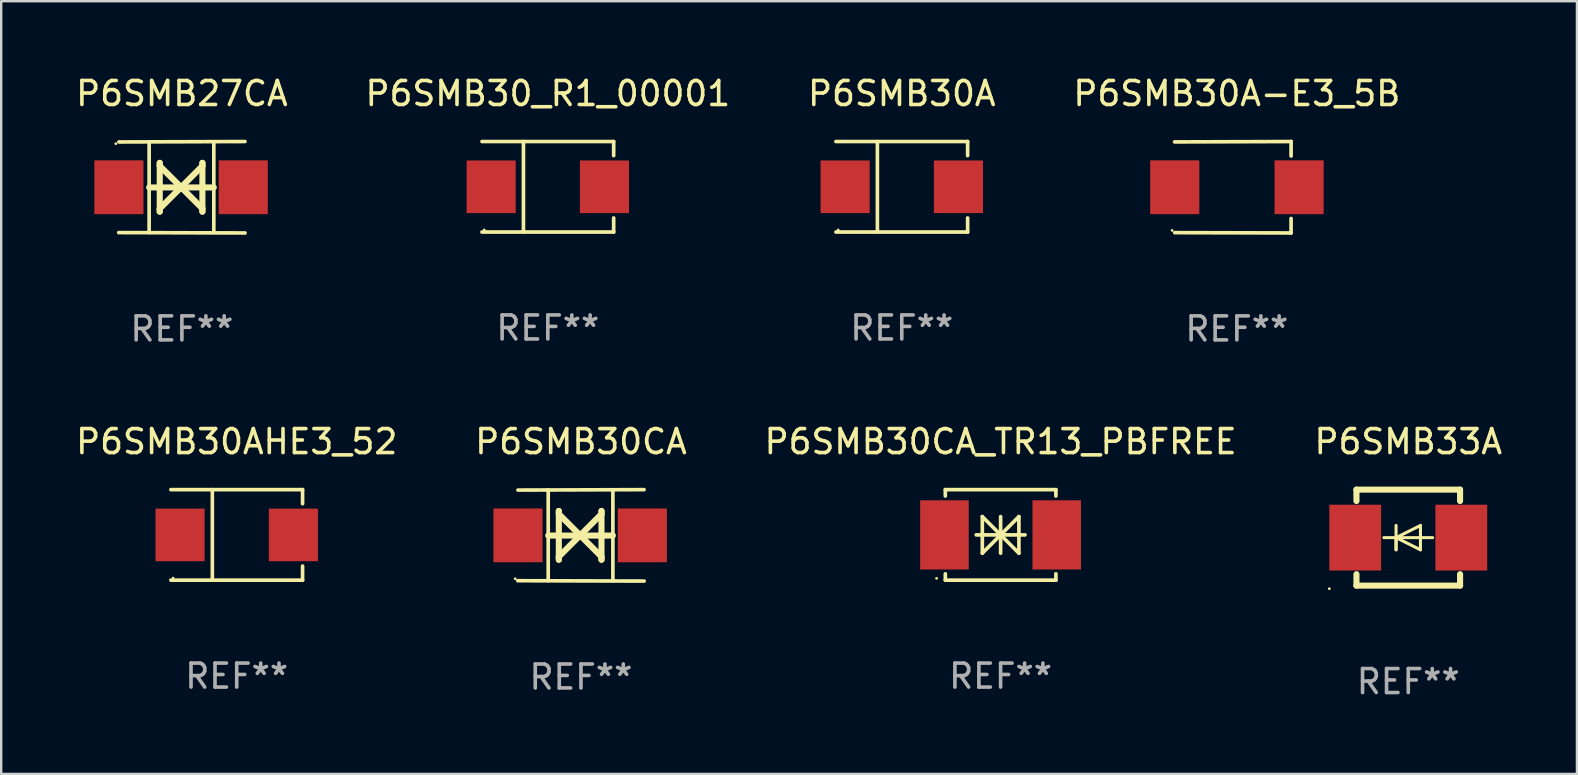
<source format=kicad_pcb>
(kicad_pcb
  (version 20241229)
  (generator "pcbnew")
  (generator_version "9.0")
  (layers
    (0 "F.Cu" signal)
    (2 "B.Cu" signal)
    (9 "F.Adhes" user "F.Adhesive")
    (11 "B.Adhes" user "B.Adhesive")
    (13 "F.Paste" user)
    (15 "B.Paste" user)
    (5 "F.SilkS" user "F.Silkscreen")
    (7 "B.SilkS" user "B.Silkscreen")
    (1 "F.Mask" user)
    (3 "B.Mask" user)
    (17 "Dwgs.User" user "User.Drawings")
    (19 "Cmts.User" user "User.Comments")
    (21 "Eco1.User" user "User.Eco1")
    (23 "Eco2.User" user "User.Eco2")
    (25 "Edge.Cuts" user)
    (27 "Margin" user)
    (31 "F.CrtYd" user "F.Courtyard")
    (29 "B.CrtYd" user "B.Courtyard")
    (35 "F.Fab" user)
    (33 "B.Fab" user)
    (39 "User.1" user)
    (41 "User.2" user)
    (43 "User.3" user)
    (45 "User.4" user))
  (footprint "P6SMB30CA_TR13_PBFREE"
    (layer "F.Cu")
    (at 38.649 19.241)
    (property "Reference" "P6SMB30CA_TR13_PBFREE" (at 0 -3.886 0) (layer "F.SilkS") (effects (font (size 1 1) (thickness 0.15))))
    (attr through_hole)
    (fp_line (start -2.304 -1.886) (end -2.304 -1.622) (stroke (width 0.152) (type solid)) (layer "F.SilkS"))
    (fp_line (start -2.304 -1.886) (end 2.304 -1.886) (stroke (width 0.152) (type solid)) (layer "F.SilkS"))
    (fp_line (start -2.304 1.622) (end -2.304 1.886) (stroke (width 0.152) (type solid)) (layer "F.SilkS"))
    (fp_line (start -2.304 1.886) (end 2.304 1.886) (stroke (width 0.152) (type solid)) (layer "F.SilkS"))
    (fp_line (start -1.016 0) (end 1.016 0) (stroke (width 0.152) (type solid)) (layer "F.SilkS"))
    (fp_line (start -0.762 -0.762) (end -0.762 0.762) (stroke (width 0.152) (type solid)) (layer "F.SilkS"))
    (fp_line (start -0.762 0.762) (end 0 0) (stroke (width 0.152) (type solid)) (layer "F.SilkS"))
    (fp_line (start 0 -0.762) (end 0 0.762) (stroke (width 0.152) (type solid)) (layer "F.SilkS"))
    (fp_line (start 0 0) (end -0.762 -0.762) (stroke (width 0.152) (type solid)) (layer "F.SilkS"))
    (fp_line (start 0 0) (end 0.762 0.762) (stroke (width 0.152) (type solid)) (layer "F.SilkS"))
    (fp_line (start 0.762 -0.762) (end 0 0) (stroke (width 0.152) (type solid)) (layer "F.SilkS"))
    (fp_line (start 0.762 0.762) (end 0.762 -0.762) (stroke (width 0.152) (type solid)) (layer "F.SilkS"))
    (fp_line (start 2.304 -1.886) (end 2.304 -1.622) (stroke (width 0.152) (type solid)) (layer "F.SilkS"))
    (fp_line (start 2.304 1.622) (end 2.304 1.886) (stroke (width 0.152) (type solid)) (layer "F.SilkS"))
    (fp_circle (center -2.668 1.81) (end -2.638 1.81) (stroke (width 0.06) (type solid)) (fill no) (layer "F.SilkS"))
    (fp_text user "REF**" (at 0 5.886 0) (layer "F.Fab") (effects (font (size 1 1) (thickness 0.15))))
    (pad "1" smd rect (at -2.34 0) (size 2.024 2.884) (layers "F.Cu" "F.Mask" "F.Paste"))
    (pad "2" smd rect (at 2.34 0) (size 2.024 2.884) (layers "F.Cu" "F.Mask" "F.Paste")))
  (footprint "P6SMB27CA"
    (layer "F.Cu")
    (at 4.53 4.753)
    (property "Reference" "P6SMB27CA" (at 0 -3.905 0) (layer "F.SilkS") (effects (font (size 1 1) (thickness 0.15))))
    (attr through_hole)
    (fp_line (start -1.365 1.886) (end -1.365 -1.886) (stroke (width 0.152) (type solid)) (layer "F.SilkS"))
    (fp_line (start -1.365 0.008) (end 1.33 0.008) (stroke (width 0.254) (type solid)) (layer "F.SilkS"))
    (fp_line (start -0.923 -1.016) (end -0.923 1.016) (stroke (width 0.254) (type solid)) (layer "F.SilkS"))
    (fp_line (start -0.923 -0.889) (end -0.923 -1.016) (stroke (width 0.254) (type solid)) (layer "F.SilkS"))
    (fp_line (start -0.923 0.889) (end -0.034 0) (stroke (width 0.254) (type solid)) (layer "F.SilkS"))
    (fp_line (start -0.923 1.016) (end -0.923 0.889) (stroke (width 0.254) (type solid)) (layer "F.SilkS"))
    (fp_line (start -0.034 0) (end -0.923 -0.889) (stroke (width 0.254) (type solid)) (layer "F.SilkS"))
    (fp_line (start -0.034 0) (end 0.855 0.889) (stroke (width 0.254) (type solid)) (layer "F.SilkS"))
    (fp_line (start 0.855 -1.016) (end 0.855 -0.889) (stroke (width 0.254) (type solid)) (layer "F.SilkS"))
    (fp_line (start 0.855 -0.889) (end -0.034 0) (stroke (width 0.254) (type solid)) (layer "F.SilkS"))
    (fp_line (start 0.855 0.889) (end 0.855 1.016) (stroke (width 0.254) (type solid)) (layer "F.SilkS"))
    (fp_line (start 0.855 1.016) (end 0.855 -1.016) (stroke (width 0.254) (type solid)) (layer "F.SilkS"))
    (fp_line (start 1.33 1.886) (end 1.33 -1.886) (stroke (width 0.152) (type solid)) (layer "F.SilkS"))
    (fp_line (start 2.629 -1.905) (end -2.625 -1.887) (stroke (width 0.152) (type solid)) (layer "F.SilkS"))
    (fp_line (start 2.633 1.905) (end -2.633 1.89) (stroke (width 0.152) (type solid)) (layer "F.SilkS"))
    (fp_circle (center -2.753 -1.816) (end -2.723 -1.816) (stroke (width 0.06) (type solid)) (fill no) (layer "F.SilkS"))
    (fp_text user "REF**" (at 0 5.905 0) (layer "F.Fab") (effects (font (size 1 1) (thickness 0.15))))
    (pad "1" smd rect (at -2.625 0) (size 2.047 2.241) (layers "F.Cu" "F.Mask" "F.Paste"))
    (pad "2" smd rect (at 2.557 0) (size 2.047 2.241) (layers "F.Cu" "F.Mask" "F.Paste")))
  (footprint "P6SMB30A"
    (layer "F.Cu")
    (at 34.53 4.734)
    (property "Reference" "P6SMB30A" (at 0 -3.886 0) (layer "F.SilkS") (effects (font (size 1 1) (thickness 0.15))))
    (attr through_hole)
    (fp_line (start -2.744 -1.886) (end 2.744 -1.886) (stroke (width 0.152) (type solid)) (layer "F.SilkS"))
    (fp_line (start -2.744 1.886) (end 2.744 1.886) (stroke (width 0.152) (type solid)) (layer "F.SilkS"))
    (fp_line (start -1.016 -1.886) (end -1.016 1.886) (stroke (width 0.152) (type solid)) (layer "F.SilkS"))
    (fp_line (start 2.744 -1.886) (end 2.744 -1.299) (stroke (width 0.152) (type solid)) (layer "F.SilkS"))
    (fp_line (start 2.744 1.886) (end 2.744 1.299) (stroke (width 0.152) (type solid)) (layer "F.SilkS"))
    (fp_circle (center -2.65 1.8) (end -2.62 1.8) (stroke (width 0.06) (type solid)) (fill no) (layer "F.SilkS"))
    (fp_text user "REF**" (at 0 5.886 0) (layer "F.Fab") (effects (font (size 1 1) (thickness 0.15))))
    (pad "1" smd rect (at -2.361 0) (size 2.047 2.192) (layers "F.Cu" "F.Mask" "F.Paste"))
    (pad "2" smd rect (at 2.361 0) (size 2.047 2.192) (layers "F.Cu" "F.Mask" "F.Paste")))
  (footprint "P6SMB30_R1_00001"
    (layer "F.Cu")
    (at 19.78 4.734)
    (property "Reference" "P6SMB30_R1_00001" (at 0 -3.886 0) (layer "F.SilkS") (effects (font (size 1 1) (thickness 0.15))))
    (attr through_hole)
    (fp_line (start -2.744 -1.886) (end 2.744 -1.886) (stroke (width 0.152) (type solid)) (layer "F.SilkS"))
    (fp_line (start -2.744 1.886) (end 2.744 1.886) (stroke (width 0.152) (type solid)) (layer "F.SilkS"))
    (fp_line (start -1.016 -1.886) (end -1.016 1.886) (stroke (width 0.152) (type solid)) (layer "F.SilkS"))
    (fp_line (start 2.744 -1.886) (end 2.744 -1.299) (stroke (width 0.152) (type solid)) (layer "F.SilkS"))
    (fp_line (start 2.744 1.886) (end 2.744 1.299) (stroke (width 0.152) (type solid)) (layer "F.SilkS"))
    (fp_circle (center -2.65 1.8) (end -2.62 1.8) (stroke (width 0.06) (type solid)) (fill no) (layer "F.SilkS"))
    (fp_text user "REF**" (at 0 5.886 0) (layer "F.Fab") (effects (font (size 1 1) (thickness 0.15))))
    (pad "1" smd rect (at -2.361 0) (size 2.047 2.192) (layers "F.Cu" "F.Mask" "F.Paste"))
    (pad "2" smd rect (at 2.361 0) (size 2.047 2.192) (layers "F.Cu" "F.Mask" "F.Paste")))
  (footprint "P6SMB30CA"
    (layer "F.Cu")
    (at 21.161 19.26)
    (property "Reference" "P6SMB30CA" (at 0 -3.905 0) (layer "F.SilkS") (effects (font (size 1 1) (thickness 0.15))))
    (attr through_hole)
    (fp_line (start -1.365 1.886) (end -1.365 -1.886) (stroke (width 0.152) (type solid)) (layer "F.SilkS"))
    (fp_line (start -1.365 0.008) (end 1.33 0.008) (stroke (width 0.254) (type solid)) (layer "F.SilkS"))
    (fp_line (start -0.923 -1.016) (end -0.923 1.016) (stroke (width 0.254) (type solid)) (layer "F.SilkS"))
    (fp_line (start -0.923 -0.889) (end -0.923 -1.016) (stroke (width 0.254) (type solid)) (layer "F.SilkS"))
    (fp_line (start -0.923 0.889) (end -0.034 0) (stroke (width 0.254) (type solid)) (layer "F.SilkS"))
    (fp_line (start -0.923 1.016) (end -0.923 0.889) (stroke (width 0.254) (type solid)) (layer "F.SilkS"))
    (fp_line (start -0.034 0) (end -0.923 -0.889) (stroke (width 0.254) (type solid)) (layer "F.SilkS"))
    (fp_line (start -0.034 0) (end 0.855 0.889) (stroke (width 0.254) (type solid)) (layer "F.SilkS"))
    (fp_line (start 0.855 -1.016) (end 0.855 -0.889) (stroke (width 0.254) (type solid)) (layer "F.SilkS"))
    (fp_line (start 0.855 -0.889) (end -0.034 0) (stroke (width 0.254) (type solid)) (layer "F.SilkS"))
    (fp_line (start 0.855 0.889) (end 0.855 1.016) (stroke (width 0.254) (type solid)) (layer "F.SilkS"))
    (fp_line (start 0.855 1.016) (end 0.855 -1.016) (stroke (width 0.254) (type solid)) (layer "F.SilkS"))
    (fp_line (start 1.33 1.886) (end 1.33 -1.886) (stroke (width 0.152) (type solid)) (layer "F.SilkS"))
    (fp_line (start 2.629 -1.905) (end -2.625 -1.887) (stroke (width 0.152) (type solid)) (layer "F.SilkS"))
    (fp_line (start 2.633 1.905) (end -2.633 1.89) (stroke (width 0.152) (type solid)) (layer "F.SilkS"))
    (fp_circle (center -2.741 1.81) (end -2.711 1.81) (stroke (width 0.06) (type solid)) (fill no) (layer "F.SilkS"))
    (fp_text user "REF**" (at 0 5.905 0) (layer "F.Fab") (effects (font (size 1 1) (thickness 0.15))))
    (pad "1" smd rect (at -2.625 0) (size 2.047 2.241) (layers "F.Cu" "F.Mask" "F.Paste"))
    (pad "2" smd rect (at 2.557 0) (size 2.047 2.241) (layers "F.Cu" "F.Mask" "F.Paste")))
  (footprint "P6SMB30AHE3_52"
    (layer "F.Cu")
    (at 6.815 19.241)
    (property "Reference" "P6SMB30AHE3_52" (at 0 -3.886 0) (layer "F.SilkS") (effects (font (size 1 1) (thickness 0.15))))
    (attr through_hole)
    (fp_line (start -2.744 -1.886) (end 2.744 -1.886) (stroke (width 0.152) (type solid)) (layer "F.SilkS"))
    (fp_line (start -2.744 1.886) (end 2.744 1.886) (stroke (width 0.152) (type solid)) (layer "F.SilkS"))
    (fp_line (start -1.016 -1.886) (end -1.016 1.886) (stroke (width 0.152) (type solid)) (layer "F.SilkS"))
    (fp_line (start 2.744 -1.886) (end 2.744 -1.299) (stroke (width 0.152) (type solid)) (layer "F.SilkS"))
    (fp_line (start 2.744 1.886) (end 2.744 1.299) (stroke (width 0.152) (type solid)) (layer "F.SilkS"))
    (fp_circle (center -2.65 1.8) (end -2.62 1.8) (stroke (width 0.06) (type solid)) (fill no) (layer "F.SilkS"))
    (fp_text user "REF**" (at 0 5.886 0) (layer "F.Fab") (effects (font (size 1 1) (thickness 0.15))))
    (pad "1" smd rect (at -2.361 0) (size 2.047 2.192) (layers "F.Cu" "F.Mask" "F.Paste"))
    (pad "2" smd rect (at 2.361 0) (size 2.047 2.192) (layers "F.Cu" "F.Mask" "F.Paste")))
  (footprint "P6SMB33A"
    (layer "F.Cu")
    (at 55.637 19.355)
    (property "Reference" "P6SMB33A" (at 0 -4 0) (layer "F.SilkS") (effects (font (size 1 1) (thickness 0.15))))
    (attr through_hole)
    (fp_line (start -2.159 -2) (end 2.159 -2) (stroke (width 0.254) (type solid)) (layer "F.SilkS"))
    (fp_line (start -2.159 -1.524) (end -2.159 -2) (stroke (width 0.254) (type solid)) (layer "F.SilkS"))
    (fp_line (start -2.159 1.524) (end -2.159 2) (stroke (width 0.254) (type solid)) (layer "F.SilkS"))
    (fp_line (start -2.159 2) (end 2.159 2) (stroke (width 0.254) (type solid)) (layer "F.SilkS"))
    (fp_line (start -0.508 0) (end -0.508 0.508) (stroke (width 0.127) (type solid)) (layer "F.SilkS"))
    (fp_line (start -0.508 0) (end 0.508 0.508) (stroke (width 0.127) (type solid)) (layer "F.SilkS"))
    (fp_line (start -0.508 0.508) (end -0.508 -0.508) (stroke (width 0.127) (type solid)) (layer "F.SilkS"))
    (fp_line (start 0.508 -0.508) (end -0.508 0) (stroke (width 0.127) (type solid)) (layer "F.SilkS"))
    (fp_line (start 0.508 0.508) (end 0.508 -0.508) (stroke (width 0.127) (type solid)) (layer "F.SilkS"))
    (fp_line (start 1.016 0) (end -1.016 0) (stroke (width 0.127) (type solid)) (layer "F.SilkS"))
    (fp_line (start 2.159 -2) (end 2.159 -1.524) (stroke (width 0.254) (type solid)) (layer "F.SilkS"))
    (fp_line (start 2.159 2) (end 2.159 1.524) (stroke (width 0.254) (type solid)) (layer "F.SilkS"))
    (fp_circle (center -3.289 2.127) (end -3.259 2.127) (stroke (width 0.06) (type solid)) (fill no) (layer "F.SilkS"))
    (fp_text user "REF**" (at 0 6 0) (layer "F.Fab") (effects (font (size 1 1) (thickness 0.15))))
    (pad "1" smd rect (at -2.21 0 180) (size 2.159 2.743) (layers "F.Cu" "F.Mask" "F.Paste"))
    (pad "2" smd rect (at 2.21 0 180) (size 2.159 2.743) (layers "F.Cu" "F.Mask" "F.Paste")))
  (footprint "P6SMB30A-E3_5B"
    (layer "F.Cu")
    (at 48.494 4.753)
    (property "Reference" "P6SMB30A-E3_5B" (at 0 -3.905 0) (layer "F.SilkS") (effects (font (size 1 1) (thickness 0.15))))
    (attr through_hole)
    (fp_line (start 2.256 -1.905) (end -2.594 -1.889) (stroke (width 0.152) (type solid)) (layer "F.SilkS"))
    (fp_line (start 2.256 -1.905) (end 2.26 -1.905) (stroke (width 0.152) (type solid)) (layer "F.SilkS"))
    (fp_line (start 2.26 -1.905) (end 2.26 -1.301) (stroke (width 0.152) (type solid)) (layer "F.SilkS"))
    (fp_line (start 2.26 1.301) (end 2.26 1.905) (stroke (width 0.152) (type solid)) (layer "F.SilkS"))
    (fp_line (start 2.26 1.905) (end -2.59 1.892) (stroke (width 0.152) (type solid)) (layer "F.SilkS"))
    (fp_circle (center -2.697 1.8) (end -2.667 1.8) (stroke (width 0.06) (type solid)) (fill no) (layer "F.SilkS"))
    (fp_text user "REF**" (at 0 5.905 0) (layer "F.Fab") (effects (font (size 1 1) (thickness 0.15))))
    (pad "1" smd rect (at -2.588 0) (size 2.047 2.241) (layers "F.Cu" "F.Mask" "F.Paste"))
    (pad "2" smd rect (at 2.594 0) (size 2.047 2.241) (layers "F.Cu" "F.Mask" "F.Paste")))
  (gr_rect
    (start -3 -3)
    (end 62.667 29.203)
    (stroke (width 0.1) (type default))
    (fill no)
    (layer "Edge.Cuts")))
</source>
